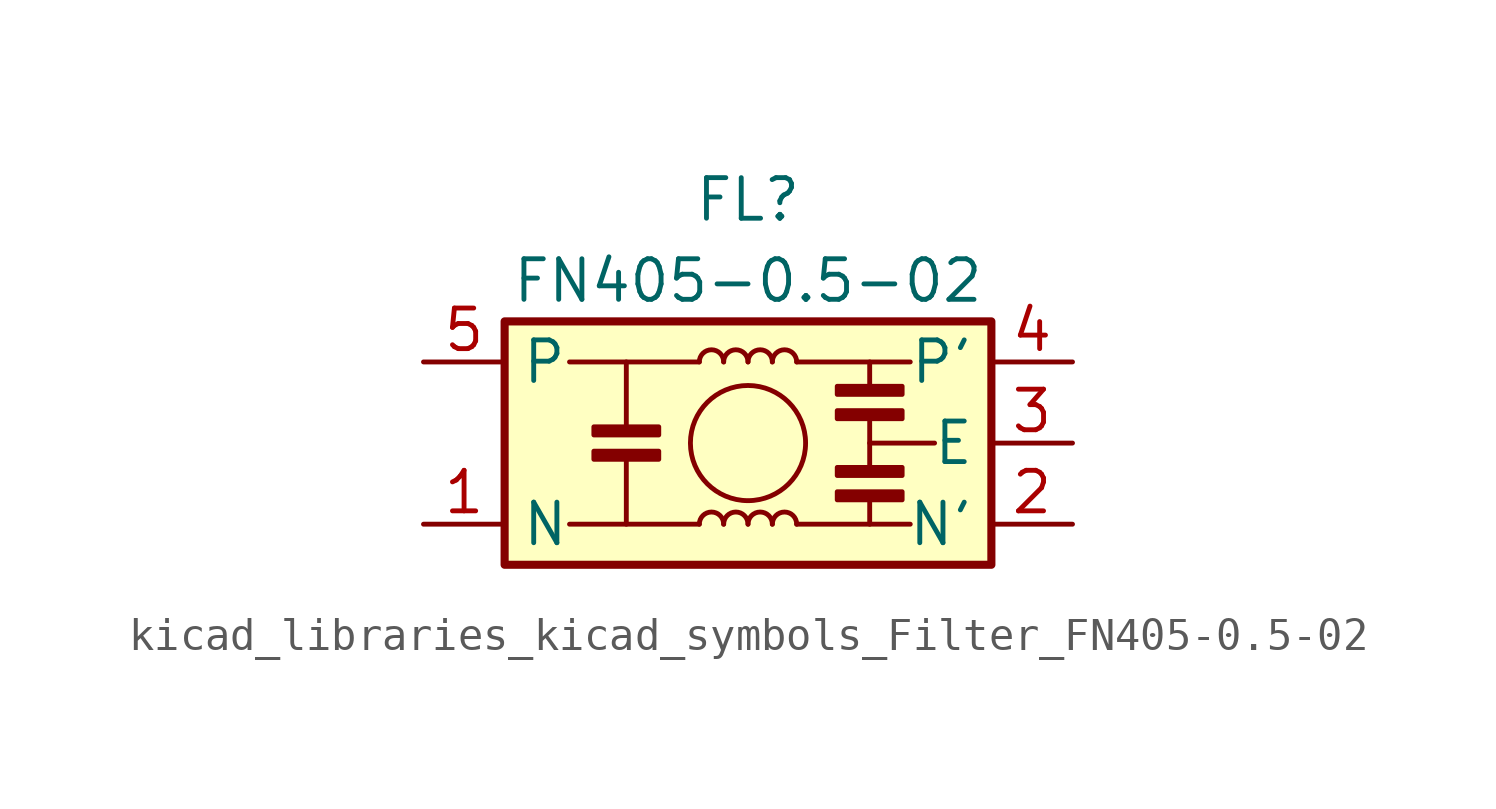
<source format=kicad_sym>
(kicad_symbol_lib
  (version 20220914)
  (generator kicad_symbol_editor)
  (symbol "kicad_libraries_kicad_symbols_Filter_FN405-0.5-02"
    (property "Reference" "FL"
      (at 0 7.62 0)
      (effects (font (size 1.27 1.27))))
    (property "Value" "FN405-0.5-02"
      (at 0 5.08 0)
      (effects (font (size 1.27 1.27))))
    (symbol "kicad_libraries_kicad_symbols_Filter_FN405-0.5-02_0_1"
      (rectangle (start -7.62 3.81) (end 7.62 -3.81) (stroke (width 0.254) (type default)) (fill (type background)))
      (rectangle (start -4.826 -0.254) (end -2.794 -0.508) (stroke (width 0) (type default)) (fill (type outline)))
      (rectangle (start -4.826 0.254) (end -2.794 0.508) (stroke (width 0) (type default)) (fill (type outline)))
      (arc (start -0.762 -2.54) (mid -1.143 -2.1606) (end -1.524 -2.54) (stroke (width 0) (type default)) (fill (type none)))
      (arc (start -0.762 2.54) (mid -1.143 2.9194) (end -1.524 2.54) (stroke (width 0) (type default)) (fill (type none)))
      (arc (start 0 -2.54) (mid -0.381 -2.1606) (end -0.762 -2.54) (stroke (width 0) (type default)) (fill (type none)))
      (polyline (pts (xy -3.81 -0.508) (xy -3.81 -2.54)) (stroke (width 0) (type default)) (fill (type none)))
      (polyline (pts (xy -3.81 0.508) (xy -3.81 2.54)) (stroke (width 0) (type default)) (fill (type none)))
      (polyline (pts (xy -1.524 -2.54) (xy -5.588 -2.54)) (stroke (width 0) (type default)) (fill (type none)))
      (polyline (pts (xy -1.524 2.54) (xy -5.588 2.54)) (stroke (width 0) (type default)) (fill (type none)))
      (polyline (pts (xy 1.524 -2.54) (xy 5.08 -2.54)) (stroke (width 0) (type default)) (fill (type none)))
      (polyline (pts (xy 3.81 -1.778) (xy 3.81 -2.54)) (stroke (width 0) (type default)) (fill (type none)))
      (polyline (pts (xy 3.81 0) (xy 5.842 0)) (stroke (width 0) (type default)) (fill (type none)))
      (polyline (pts (xy 3.81 0.762) (xy 3.81 -0.762)) (stroke (width 0) (type default)) (fill (type none)))
      (polyline (pts (xy 3.81 1.778) (xy 3.81 2.54)) (stroke (width 0) (type default)) (fill (type none)))
      (polyline (pts (xy 5.08 2.54) (xy 1.524 2.54)) (stroke (width 0) (type default)) (fill (type none)))
      (circle (center 0 0) (radius 1.803) (stroke (width 0) (type default)) (fill (type none)))
      (arc (start 0 2.54) (mid -0.381 2.9194) (end -0.762 2.54) (stroke (width 0) (type default)) (fill (type none)))
      (arc (start 0.762 -2.54) (mid 0.381 -2.1606) (end 0 -2.54) (stroke (width 0) (type default)) (fill (type none)))
      (arc (start 0.762 2.54) (mid 0.381 2.9194) (end 0 2.54) (stroke (width 0) (type default)) (fill (type none)))
      (arc (start 1.524 -2.54) (mid 1.143 -2.1606) (end 0.762 -2.54) (stroke (width 0) (type default)) (fill (type none)))
      (arc (start 1.524 2.54) (mid 1.143 2.9194) (end 0.762 2.54) (stroke (width 0) (type default)) (fill (type none)))
      (rectangle (start 2.794 -1.524) (end 4.826 -1.778) (stroke (width 0) (type default)) (fill (type outline)))
      (rectangle (start 2.794 -1.016) (end 4.826 -0.762) (stroke (width 0) (type default)) (fill (type outline)))
      (rectangle (start 2.794 1.016) (end 4.826 0.762) (stroke (width 0) (type default)) (fill (type outline)))
      (rectangle (start 2.794 1.524) (end 4.826 1.778) (stroke (width 0) (type default)) (fill (type outline))))
    (symbol "kicad_libraries_kicad_symbols_Filter_FN405-0.5-02_1_1"
      (pin passive line (at -10.16 -2.54 0) (length 2.54) (name "N" (effects (font (size 1.27 1.27)))) (number "1" (effects (font (size 1.27 1.27)))))
      (pin passive line (at 10.16 -2.54 180) (length 2.54) (name "N'" (effects (font (size 1.27 1.27)))) (number "2" (effects (font (size 1.27 1.27)))))
      (pin passive line (at 10.16 0 180) (length 2.54) (name "E" (effects (font (size 1.27 1.27)))) (number "3" (effects (font (size 1.27 1.27)))))
      (pin passive line (at 10.16 2.54 180) (length 2.54) (name "P'" (effects (font (size 1.27 1.27)))) (number "4" (effects (font (size 1.27 1.27)))))
      (pin passive line (at -10.16 2.54 0) (length 2.54) (name "P" (effects (font (size 1.27 1.27)))) (number "5" (effects (font (size 1.27 1.27))))))))
</source>
